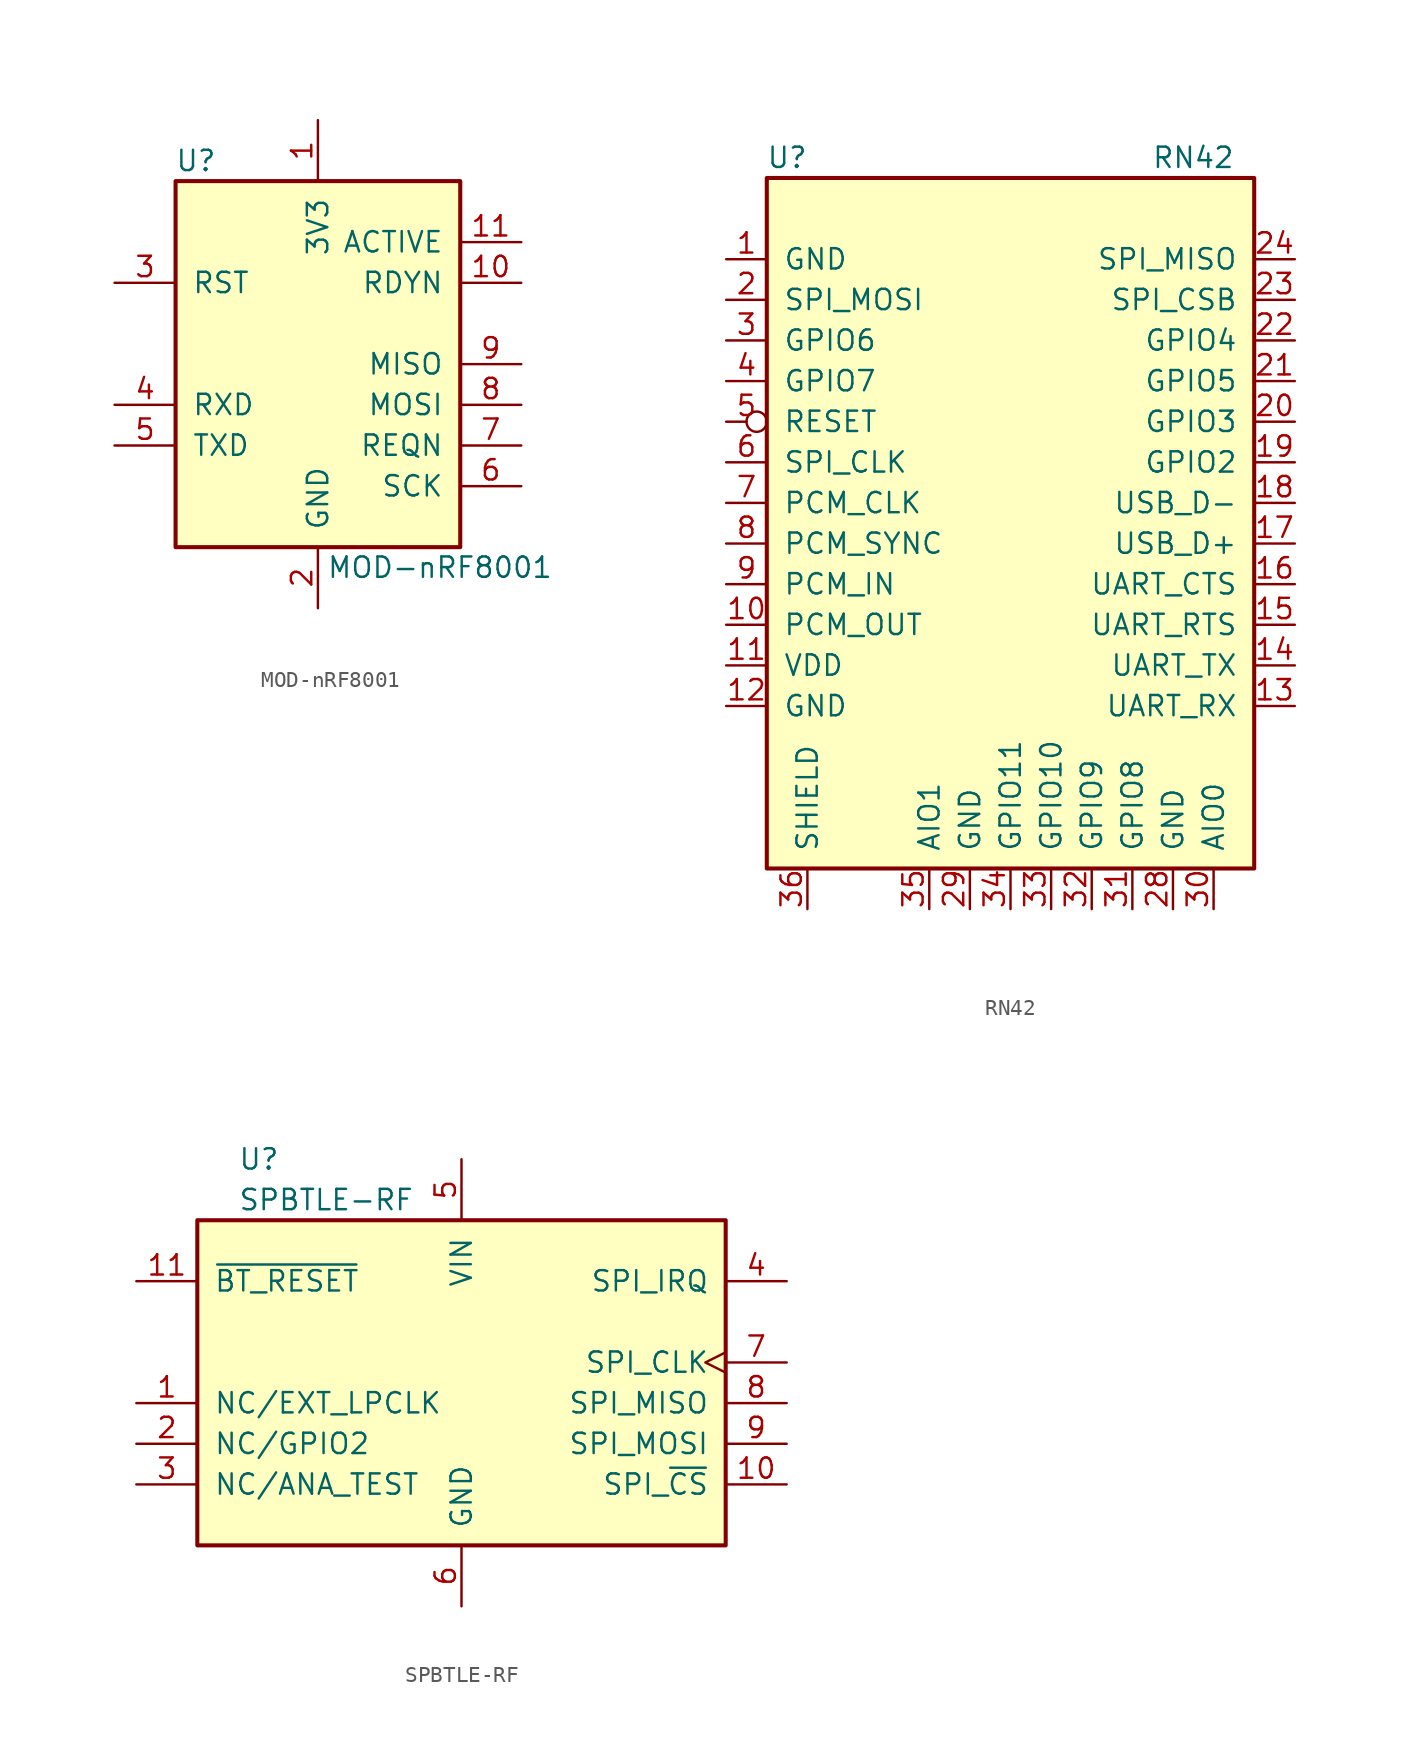
<source format=kicad_sym>
(kicad_symbol_lib
  (version 20211014)
  (generator kicad_symbol_editor)
  (symbol "MOD-nRF8001"
    (pin_names
      (offset 1.016))
    (property "Reference" "U"
      (at -7.62 12.7 0)
      (effects (font (size 1.27 1.27))))
    (property "Value" "MOD-nRF8001"
      (at 7.62 -12.7 0)
      (effects (font (size 1.27 1.27))))
    (symbol "MOD-nRF8001_0_1"
      (rectangle (start -8.89 11.43) (end 8.89 -11.43) (stroke (width 0.254) (type default) (color 0 0 0 0)) (fill (type background))))
    (symbol "MOD-nRF8001_1_1"
      (pin power_in line (at 0 15.24 270) (length 3.81) (name "3V3" (effects (font (size 1.27 1.27)))) (number "1" (effects (font (size 1.27 1.27)))))
      (pin output line (at 12.7 5.08 180) (length 3.81) (name "RDYN" (effects (font (size 1.27 1.27)))) (number "10" (effects (font (size 1.27 1.27)))))
      (pin output line (at 12.7 7.62 180) (length 3.81) (name "ACTIVE" (effects (font (size 1.27 1.27)))) (number "11" (effects (font (size 1.27 1.27)))))
      (pin power_in line (at 0 -15.24 90) (length 3.81) (name "GND" (effects (font (size 1.27 1.27)))) (number "2" (effects (font (size 1.27 1.27)))))
      (pin input line (at -12.7 5.08 0) (length 3.81) (name "RST" (effects (font (size 1.27 1.27)))) (number "3" (effects (font (size 1.27 1.27)))))
      (pin input line (at -12.7 -2.54 0) (length 3.81) (name "RXD" (effects (font (size 1.27 1.27)))) (number "4" (effects (font (size 1.27 1.27)))))
      (pin output line (at -12.7 -5.08 0) (length 3.81) (name "TXD" (effects (font (size 1.27 1.27)))) (number "5" (effects (font (size 1.27 1.27)))))
      (pin input line (at 12.7 -7.62 180) (length 3.81) (name "SCK" (effects (font (size 1.27 1.27)))) (number "6" (effects (font (size 1.27 1.27)))))
      (pin input line (at 12.7 -5.08 180) (length 3.81) (name "REQN" (effects (font (size 1.27 1.27)))) (number "7" (effects (font (size 1.27 1.27)))))
      (pin input line (at 12.7 -2.54 180) (length 3.81) (name "MOSI" (effects (font (size 1.27 1.27)))) (number "8" (effects (font (size 1.27 1.27)))))
      (pin output line (at 12.7 0 180) (length 3.81) (name "MISO" (effects (font (size 1.27 1.27)))) (number "9" (effects (font (size 1.27 1.27)))))))
  (symbol "RN42"
    (pin_names
      (offset 1.016))
    (property "Reference" "U"
      (at -13.97 24.13 0)
      (effects (font (size 1.27 1.27))))
    (property "Value" "RN42"
      (at 11.43 24.13 0)
      (effects (font (size 1.27 1.27))))
    (symbol "RN42_0_1"
      (rectangle (start -15.24 22.86) (end 15.24 -20.32) (stroke (width 0.254) (type default) (color 0 0 0 0)) (fill (type background))))
    (symbol "RN42_1_1"
      (pin power_in line (at -17.78 17.78 0) (length 2.54) (name "GND" (effects (font (size 1.27 1.27)))) (number "1" (effects (font (size 1.27 1.27)))))
      (pin output line (at -17.78 -5.08 0) (length 2.54) (name "PCM_OUT" (effects (font (size 1.27 1.27)))) (number "10" (effects (font (size 1.27 1.27)))))
      (pin power_in line (at -17.78 -7.62 0) (length 2.54) (name "VDD" (effects (font (size 1.27 1.27)))) (number "11" (effects (font (size 1.27 1.27)))))
      (pin power_in line (at -17.78 -10.16 0) (length 2.54) (name "GND" (effects (font (size 1.27 1.27)))) (number "12" (effects (font (size 1.27 1.27)))))
      (pin input line (at 17.78 -10.16 180) (length 2.54) (name "UART_RX" (effects (font (size 1.27 1.27)))) (number "13" (effects (font (size 1.27 1.27)))))
      (pin output line (at 17.78 -7.62 180) (length 2.54) (name "UART_TX" (effects (font (size 1.27 1.27)))) (number "14" (effects (font (size 1.27 1.27)))))
      (pin output line (at 17.78 -5.08 180) (length 2.54) (name "UART_RTS" (effects (font (size 1.27 1.27)))) (number "15" (effects (font (size 1.27 1.27)))))
      (pin input line (at 17.78 -2.54 180) (length 2.54) (name "UART_CTS" (effects (font (size 1.27 1.27)))) (number "16" (effects (font (size 1.27 1.27)))))
      (pin bidirectional line (at 17.78 0 180) (length 2.54) (name "USB_D+" (effects (font (size 1.27 1.27)))) (number "17" (effects (font (size 1.27 1.27)))))
      (pin bidirectional line (at 17.78 2.54 180) (length 2.54) (name "USB_D-" (effects (font (size 1.27 1.27)))) (number "18" (effects (font (size 1.27 1.27)))))
      (pin bidirectional line (at 17.78 5.08 180) (length 2.54) (name "GPIO2" (effects (font (size 1.27 1.27)))) (number "19" (effects (font (size 1.27 1.27)))))
      (pin input line (at -17.78 15.24 0) (length 2.54) (name "SPI_MOSI" (effects (font (size 1.27 1.27)))) (number "2" (effects (font (size 1.27 1.27)))))
      (pin input line (at 17.78 7.62 180) (length 2.54) (name "GPIO3" (effects (font (size 1.27 1.27)))) (number "20" (effects (font (size 1.27 1.27)))))
      (pin bidirectional line (at 17.78 10.16 180) (length 2.54) (name "GPIO5" (effects (font (size 1.27 1.27)))) (number "21" (effects (font (size 1.27 1.27)))))
      (pin bidirectional line (at 17.78 12.7 180) (length 2.54) (name "GPIO4" (effects (font (size 1.27 1.27)))) (number "22" (effects (font (size 1.27 1.27)))))
      (pin input line (at 17.78 15.24 180) (length 2.54) (name "SPI_CSB" (effects (font (size 1.27 1.27)))) (number "23" (effects (font (size 1.27 1.27)))))
      (pin output line (at 17.78 17.78 180) (length 2.54) (name "SPI_MISO" (effects (font (size 1.27 1.27)))) (number "24" (effects (font (size 1.27 1.27)))))
      (pin power_in line (at 10.16 -22.86 90) (length 2.54) (name "GND" (effects (font (size 1.27 1.27)))) (number "28" (effects (font (size 1.27 1.27)))))
      (pin power_in line (at -2.54 -22.86 90) (length 2.54) (name "GND" (effects (font (size 1.27 1.27)))) (number "29" (effects (font (size 1.27 1.27)))))
      (pin input line (at -17.78 12.7 0) (length 2.54) (name "GPIO6" (effects (font (size 1.27 1.27)))) (number "3" (effects (font (size 1.27 1.27)))))
      (pin input line (at 12.7 -22.86 90) (length 2.54) (name "AIO0" (effects (font (size 1.27 1.27)))) (number "30" (effects (font (size 1.27 1.27)))))
      (pin output line (at 7.62 -22.86 90) (length 2.54) (name "GPIO8" (effects (font (size 1.27 1.27)))) (number "31" (effects (font (size 1.27 1.27)))))
      (pin bidirectional line (at 5.08 -22.86 90) (length 2.54) (name "GPIO9" (effects (font (size 1.27 1.27)))) (number "32" (effects (font (size 1.27 1.27)))))
      (pin bidirectional line (at 2.54 -22.86 90) (length 2.54) (name "GPIO10" (effects (font (size 1.27 1.27)))) (number "33" (effects (font (size 1.27 1.27)))))
      (pin bidirectional line (at 0 -22.86 90) (length 2.54) (name "GPIO11" (effects (font (size 1.27 1.27)))) (number "34" (effects (font (size 1.27 1.27)))))
      (pin input line (at -5.08 -22.86 90) (length 2.54) (name "AIO1" (effects (font (size 1.27 1.27)))) (number "35" (effects (font (size 1.27 1.27)))))
      (pin input line (at -12.7 -22.86 90) (length 2.54) (name "SHIELD" (effects (font (size 1.27 1.27)))) (number "36" (effects (font (size 1.27 1.27)))))
      (pin bidirectional line (at -17.78 10.16 0) (length 2.54) (name "GPIO7" (effects (font (size 1.27 1.27)))) (number "4" (effects (font (size 1.27 1.27)))))
      (pin input inverted (at -17.78 7.62 0) (length 2.54) (name "RESET" (effects (font (size 1.27 1.27)))) (number "5" (effects (font (size 1.27 1.27)))))
      (pin input line (at -17.78 5.08 0) (length 2.54) (name "SPI_CLK" (effects (font (size 1.27 1.27)))) (number "6" (effects (font (size 1.27 1.27)))))
      (pin bidirectional line (at -17.78 2.54 0) (length 2.54) (name "PCM_CLK" (effects (font (size 1.27 1.27)))) (number "7" (effects (font (size 1.27 1.27)))))
      (pin bidirectional line (at -17.78 0 0) (length 2.54) (name "PCM_SYNC" (effects (font (size 1.27 1.27)))) (number "8" (effects (font (size 1.27 1.27)))))
      (pin input line (at -17.78 -2.54 0) (length 2.54) (name "PCM_IN" (effects (font (size 1.27 1.27)))) (number "9" (effects (font (size 1.27 1.27)))))))
  (symbol "SPBTLE-RF"
    (pin_names
      (offset 1.016))
    (property "Reference" "U"
      (at -13.97 12.7 0)
      (effects (font (size 1.27 1.27)) (justify left)))
    (property "Value" "SPBTLE-RF"
      (at -13.97 10.16 0)
      (effects (font (size 1.27 1.27)) (justify left)))
    (symbol "SPBTLE-RF_0_1"
      (rectangle (start -16.51 8.89) (end 16.51 -11.43) (stroke (width 0.254) (type default) (color 0 0 0 0)) (fill (type background))))
    (symbol "SPBTLE-RF_1_1"
      (pin input line (at -20.32 -2.54 0) (length 3.81) (name "NC/EXT_LPCLK" (effects (font (size 1.27 1.27)))) (number "1" (effects (font (size 1.27 1.27)))))
      (pin input line (at 20.32 -7.62 180) (length 3.81) (name "SPI_~{CS}" (effects (font (size 1.27 1.27)))) (number "10" (effects (font (size 1.27 1.27)))))
      (pin input line (at -20.32 5.08 0) (length 3.81) (name "~{BT_RESET}" (effects (font (size 1.27 1.27)))) (number "11" (effects (font (size 1.27 1.27)))))
      (pin bidirectional line (at -20.32 -5.08 0) (length 3.81) (name "NC/GPIO2" (effects (font (size 1.27 1.27)))) (number "2" (effects (font (size 1.27 1.27)))))
      (pin input line (at -20.32 -7.62 0) (length 3.81) (name "NC/ANA_TEST" (effects (font (size 1.27 1.27)))) (number "3" (effects (font (size 1.27 1.27)))))
      (pin output line (at 20.32 5.08 180) (length 3.81) (name "SPI_IRQ" (effects (font (size 1.27 1.27)))) (number "4" (effects (font (size 1.27 1.27)))))
      (pin power_in line (at 0 12.7 270) (length 3.81) (name "VIN" (effects (font (size 1.27 1.27)))) (number "5" (effects (font (size 1.27 1.27)))))
      (pin power_in line (at 0 -15.24 90) (length 3.81) (name "GND" (effects (font (size 1.27 1.27)))) (number "6" (effects (font (size 1.27 1.27)))))
      (pin input clock (at 20.32 0 180) (length 3.81) (name "SPI_CLK" (effects (font (size 1.27 1.27)))) (number "7" (effects (font (size 1.27 1.27)))))
      (pin output line (at 20.32 -2.54 180) (length 3.81) (name "SPI_MISO" (effects (font (size 1.27 1.27)))) (number "8" (effects (font (size 1.27 1.27)))))
      (pin input line (at 20.32 -5.08 180) (length 3.81) (name "SPI_MOSI" (effects (font (size 1.27 1.27)))) (number "9" (effects (font (size 1.27 1.27))))))))
</source>
